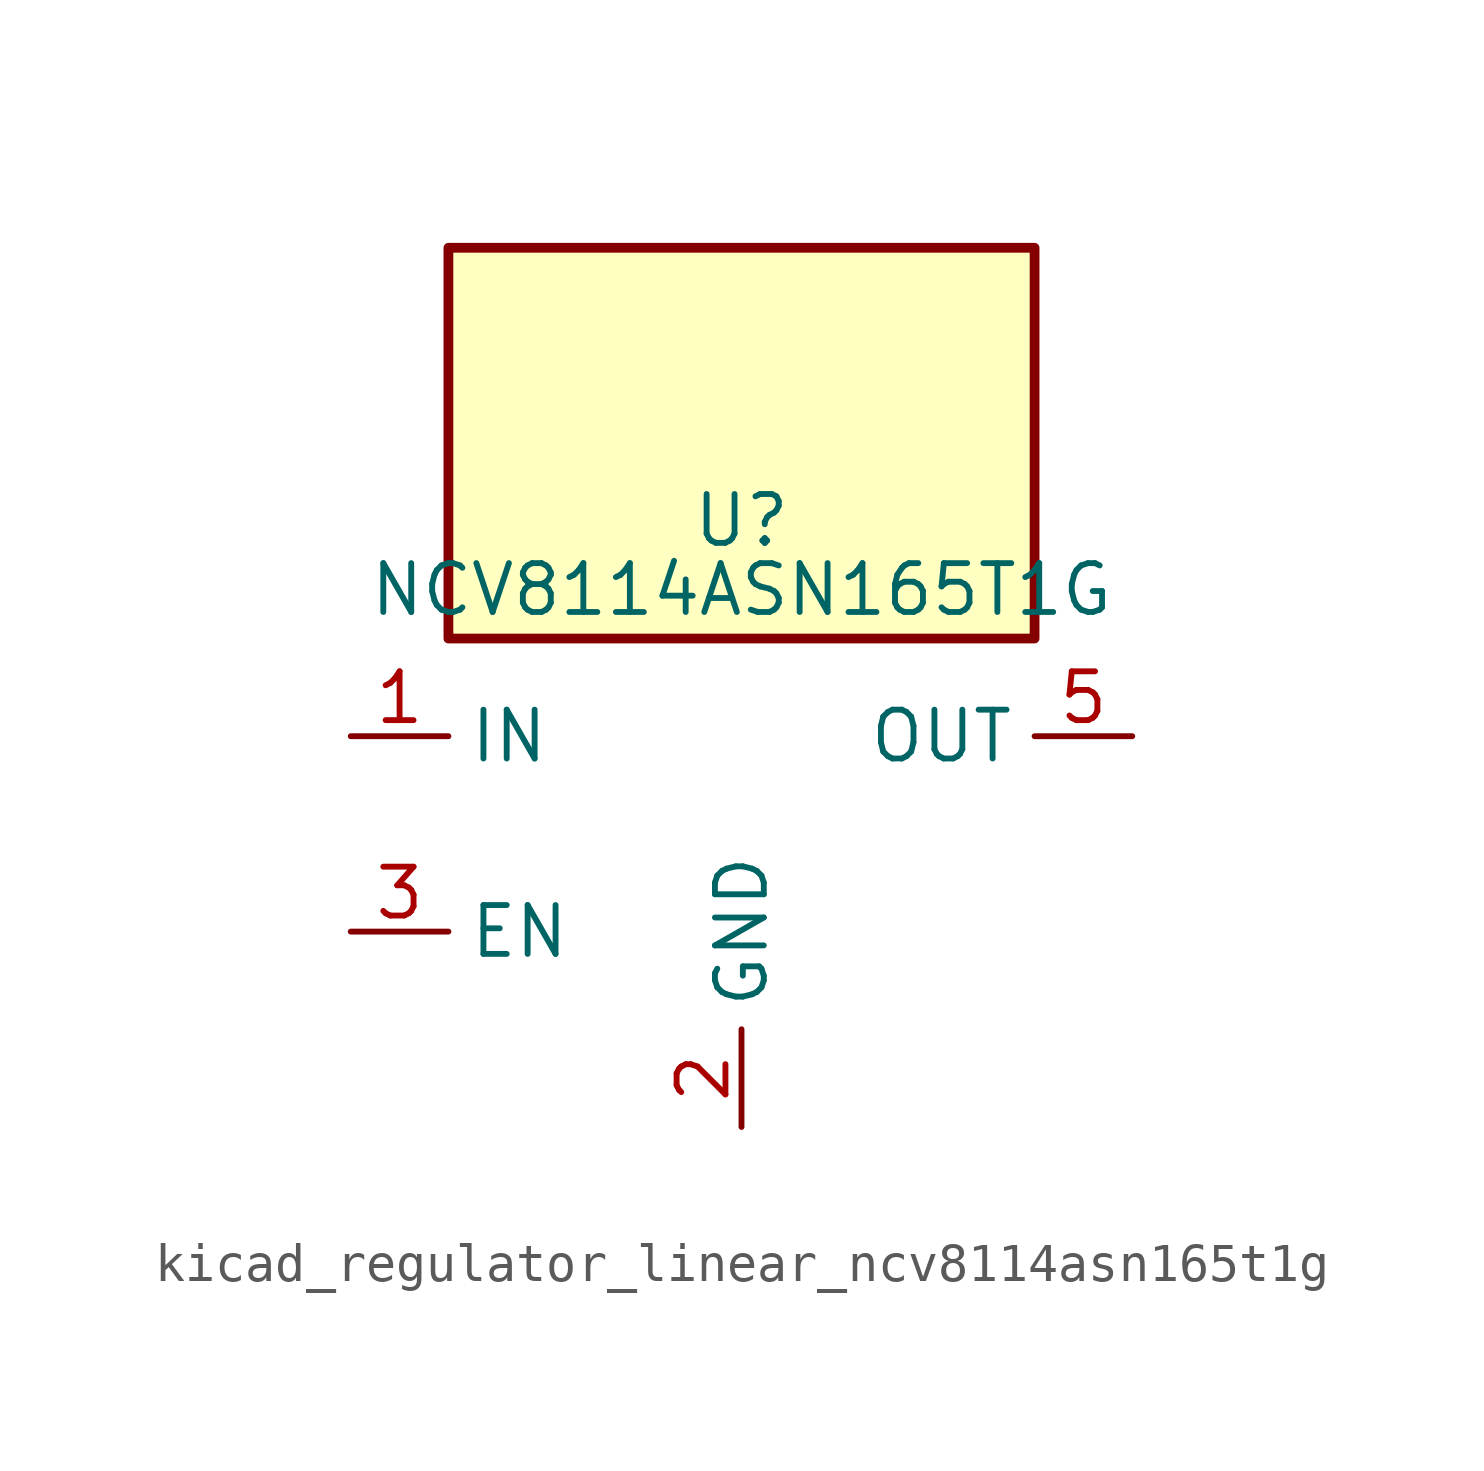
<source format=kicad_sym>
(kicad_symbol_lib
  (version 20220914)
  (generator kicad_symbol_editor)
  (symbol "kicad_regulator_linear_ncv8114asn165t1g"
    (property "Reference" "U"
      (at 0 8.89 0)
      (effects (font (size 1.27 1.27)) (justify top)))
    (property "Value" "NCV8114ASN165T1G"
      (at 0 6.35 0)
      (effects (font (size 1.27 1.27))))
    (symbol "kicad_regulator_linear_ncv8114asn165t1g_0_1"
      (rectangle (start 7.62 15.24) (end -7.62 5.08) (stroke (width 0.254) (type default)) (fill (type background))))
    (symbol "kicad_regulator_linear_ncv8114asn165t1g_1_1"
      (pin power_in line (at -10.16 2.54 0) (length 2.54) (name "IN" (effects (font (size 1.27 1.27)))) (number "1" (effects (font (size 1.27 1.27)))))
      (pin power_in line (at 0 -7.62 90) (length 2.54) (name "GND" (effects (font (size 1.27 1.27)))) (number "2" (effects (font (size 1.27 1.27)))))
      (pin input line (at -10.16 -2.54 0) (length 2.54) (name "EN" (effects (font (size 1.27 1.27)))) (number "3" (effects (font (size 1.27 1.27)))))
      (pin no_connect line (at 7.62 -2.54 180) (length 2.54) hide (name "NC" (effects (font (size 1.27 1.27)))) (number "4" (effects (font (size 1.27 1.27)))))
      (pin power_out line (at 10.16 2.54 180) (length 2.54) (name "OUT" (effects (font (size 1.27 1.27)))) (number "5" (effects (font (size 1.27 1.27))))))))
</source>
